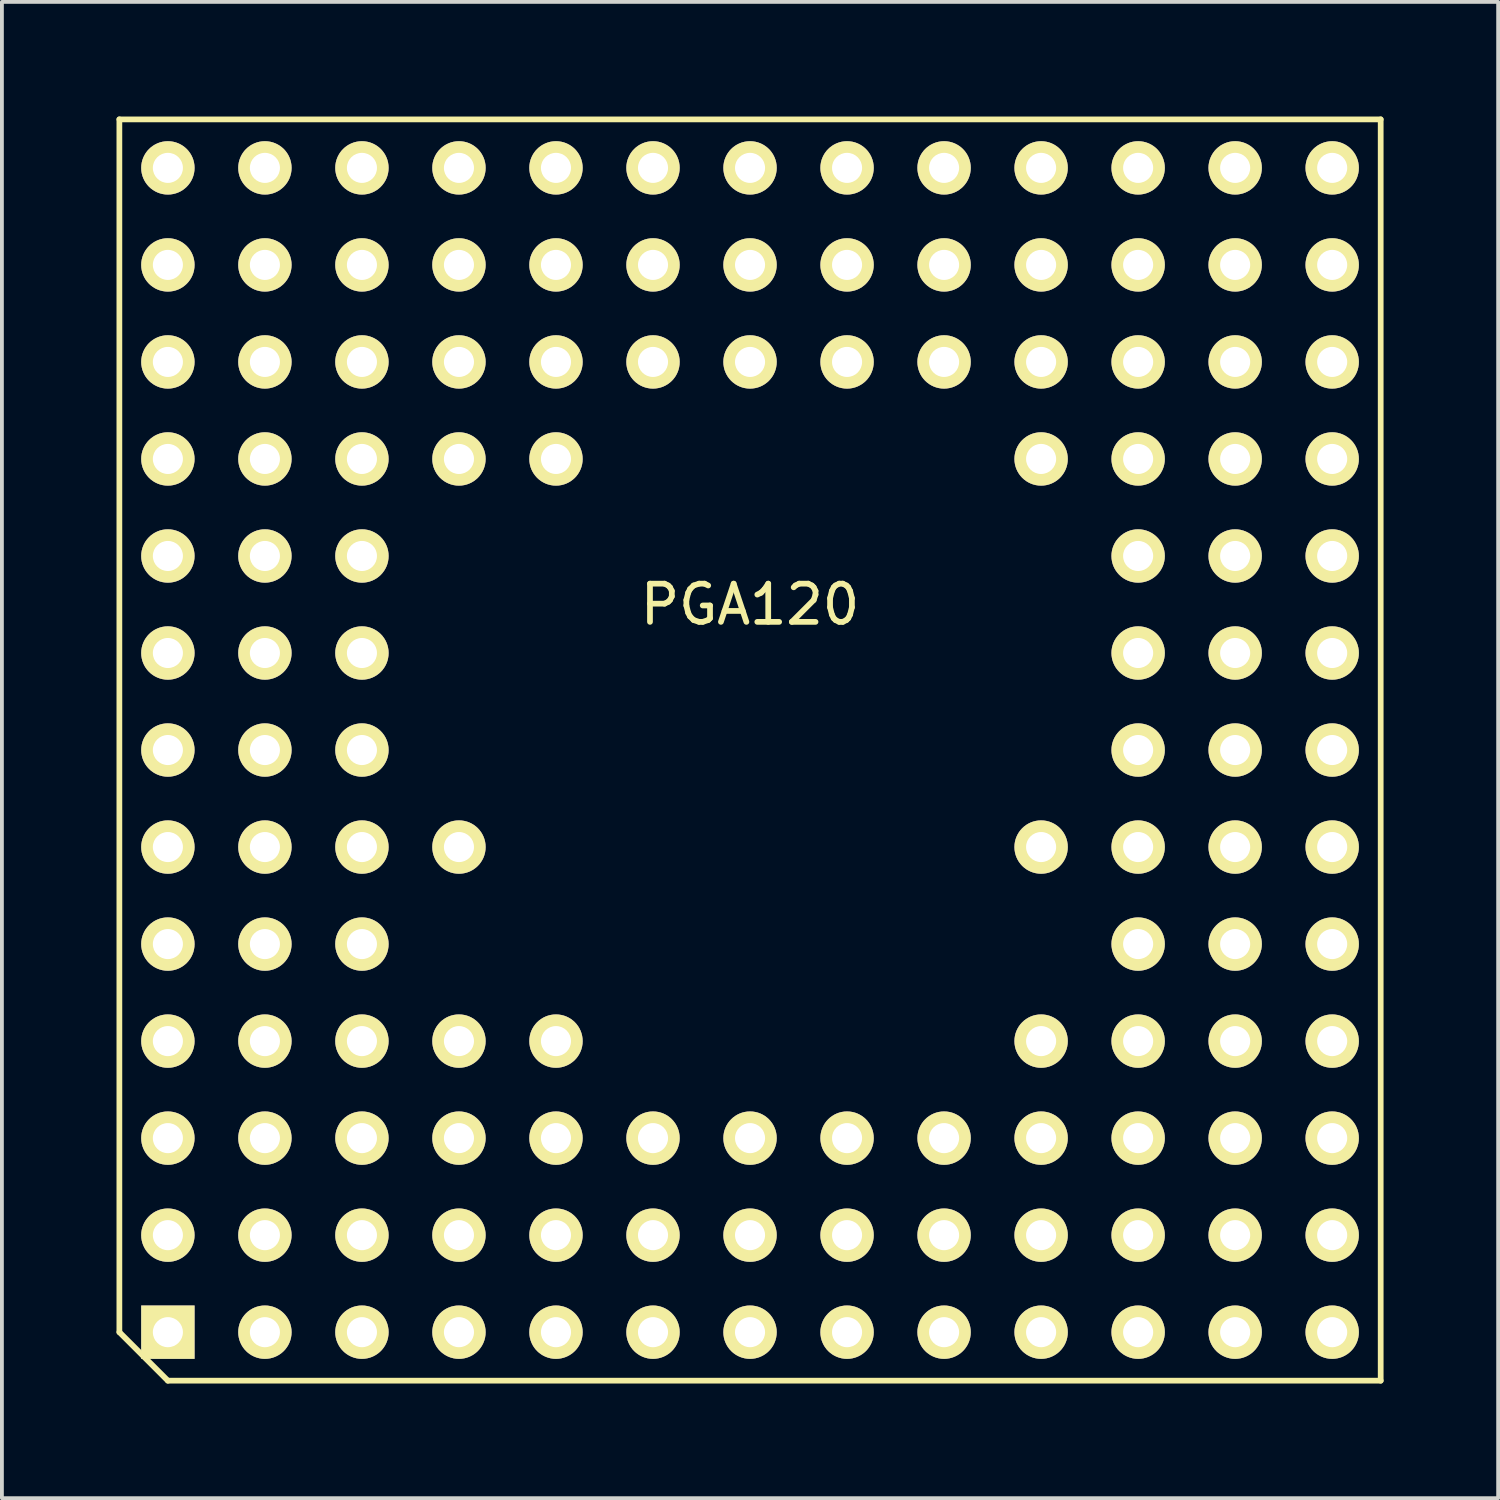
<source format=kicad_pcb>
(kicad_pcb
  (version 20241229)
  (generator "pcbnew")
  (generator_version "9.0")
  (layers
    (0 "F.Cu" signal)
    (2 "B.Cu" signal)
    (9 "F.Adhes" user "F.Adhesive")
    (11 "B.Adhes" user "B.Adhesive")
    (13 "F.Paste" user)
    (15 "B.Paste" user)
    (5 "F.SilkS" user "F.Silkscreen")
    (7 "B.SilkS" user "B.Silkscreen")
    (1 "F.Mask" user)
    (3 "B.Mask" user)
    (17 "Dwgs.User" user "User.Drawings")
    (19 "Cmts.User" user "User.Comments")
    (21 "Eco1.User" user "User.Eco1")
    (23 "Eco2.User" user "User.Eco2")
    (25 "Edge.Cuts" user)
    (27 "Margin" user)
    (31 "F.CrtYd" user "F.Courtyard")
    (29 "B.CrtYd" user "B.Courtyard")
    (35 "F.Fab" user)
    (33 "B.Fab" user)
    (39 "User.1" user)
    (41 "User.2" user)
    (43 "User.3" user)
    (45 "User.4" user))
  (footprint "PGA120"
    (layer "F.Cu")
    (at 16.585 16.585)
    (property "Reference" "PGA120" (at 0 -3.81 0) (layer "F.SilkS") (effects (font (size 1 1) (thickness 0.15))))
    (attr through_hole)
    (fp_line (start -16.51 -16.51) (end 16.51 -16.51) (stroke (width 0.15) (type solid)) (layer "F.SilkS"))
    (fp_line (start -16.51 15.24) (end -16.51 -16.51) (stroke (width 0.15) (type solid)) (layer "F.SilkS"))
    (fp_line (start -16.51 15.24) (end -15.24 16.51) (stroke (width 0.15) (type solid)) (layer "F.SilkS"))
    (fp_line (start 16.51 -16.51) (end 16.51 16.51) (stroke (width 0.15) (type solid)) (layer "F.SilkS"))
    (fp_line (start 16.51 16.51) (end -15.24 16.51) (stroke (width 0.15) (type solid)) (layer "F.SilkS"))
    (pad "A1" thru_hole rect (at -15.24 15.24 180) (size 1.397 1.397) (drill 0.787) (layers "*.Cu" "*.Mask" "F.SilkS"))
    (pad "A2" thru_hole circle (at -12.7 15.24 180) (size 1.397 1.397) (drill 0.787) (layers "*.Cu" "*.Mask" "F.SilkS"))
    (pad "A3" thru_hole circle (at -10.16 15.24 180) (size 1.397 1.397) (drill 0.787) (layers "*.Cu" "*.Mask" "F.SilkS"))
    (pad "A4" thru_hole circle (at -7.62 15.24 180) (size 1.397 1.397) (drill 0.787) (layers "*.Cu" "*.Mask" "F.SilkS"))
    (pad "A5" thru_hole circle (at -5.08 15.24 180) (size 1.397 1.397) (drill 0.787) (layers "*.Cu" "*.Mask" "F.SilkS"))
    (pad "A6" thru_hole circle (at -2.54 15.24 180) (size 1.397 1.397) (drill 0.787) (layers "*.Cu" "*.Mask" "F.SilkS"))
    (pad "A7" thru_hole circle (at 0 15.24 180) (size 1.397 1.397) (drill 0.787) (layers "*.Cu" "*.Mask" "F.SilkS"))
    (pad "A8" thru_hole circle (at 2.54 15.24 180) (size 1.397 1.397) (drill 0.787) (layers "*.Cu" "*.Mask" "F.SilkS"))
    (pad "A9" thru_hole circle (at 5.08 15.24 180) (size 1.397 1.397) (drill 0.787) (layers "*.Cu" "*.Mask" "F.SilkS"))
    (pad "A10" thru_hole circle (at 7.62 15.24 180) (size 1.397 1.397) (drill 0.787) (layers "*.Cu" "*.Mask" "F.SilkS"))
    (pad "A11" thru_hole circle (at 10.16 15.24 180) (size 1.397 1.397) (drill 0.787) (layers "*.Cu" "*.Mask" "F.SilkS"))
    (pad "A12" thru_hole circle (at 12.7 15.24 180) (size 1.397 1.397) (drill 0.787) (layers "*.Cu" "*.Mask" "F.SilkS"))
    (pad "A13" thru_hole circle (at 15.24 15.24 180) (size 1.397 1.397) (drill 0.787) (layers "*.Cu" "*.Mask" "F.SilkS"))
    (pad "B1" thru_hole circle (at -15.24 12.7 180) (size 1.397 1.397) (drill 0.787) (layers "*.Cu" "*.Mask" "F.SilkS"))
    (pad "B2" thru_hole circle (at -12.7 12.7 180) (size 1.397 1.397) (drill 0.787) (layers "*.Cu" "*.Mask" "F.SilkS"))
    (pad "B3" thru_hole circle (at -10.16 12.7 180) (size 1.397 1.397) (drill 0.787) (layers "*.Cu" "*.Mask" "F.SilkS"))
    (pad "B4" thru_hole circle (at -7.62 12.7 180) (size 1.397 1.397) (drill 0.787) (layers "*.Cu" "*.Mask" "F.SilkS"))
    (pad "B5" thru_hole circle (at -5.08 12.7 180) (size 1.397 1.397) (drill 0.787) (layers "*.Cu" "*.Mask" "F.SilkS"))
    (pad "B6" thru_hole circle (at -2.54 12.7 180) (size 1.397 1.397) (drill 0.787) (layers "*.Cu" "*.Mask" "F.SilkS"))
    (pad "B7" thru_hole circle (at 0 12.7 180) (size 1.397 1.397) (drill 0.787) (layers "*.Cu" "*.Mask" "F.SilkS"))
    (pad "B8" thru_hole circle (at 2.54 12.7 180) (size 1.397 1.397) (drill 0.787) (layers "*.Cu" "*.Mask" "F.SilkS"))
    (pad "B9" thru_hole circle (at 5.08 12.7 180) (size 1.397 1.397) (drill 0.787) (layers "*.Cu" "*.Mask" "F.SilkS"))
    (pad "B10" thru_hole circle (at 7.62 12.7 180) (size 1.397 1.397) (drill 0.787) (layers "*.Cu" "*.Mask" "F.SilkS"))
    (pad "B11" thru_hole circle (at 10.16 12.7 180) (size 1.397 1.397) (drill 0.787) (layers "*.Cu" "*.Mask" "F.SilkS"))
    (pad "B12" thru_hole circle (at 12.7 12.7 180) (size 1.397 1.397) (drill 0.787) (layers "*.Cu" "*.Mask" "F.SilkS"))
    (pad "B13" thru_hole circle (at 15.24 12.7 180) (size 1.397 1.397) (drill 0.787) (layers "*.Cu" "*.Mask" "F.SilkS"))
    (pad "C1" thru_hole circle (at -15.24 10.16 180) (size 1.397 1.397) (drill 0.787) (layers "*.Cu" "*.Mask" "F.SilkS"))
    (pad "C2" thru_hole circle (at -12.7 10.16 180) (size 1.397 1.397) (drill 0.787) (layers "*.Cu" "*.Mask" "F.SilkS"))
    (pad "C3" thru_hole circle (at -10.16 10.16 180) (size 1.397 1.397) (drill 0.787) (layers "*.Cu" "*.Mask" "F.SilkS"))
    (pad "C4" thru_hole circle (at -7.62 10.16 180) (size 1.397 1.397) (drill 0.787) (layers "*.Cu" "*.Mask" "F.SilkS"))
    (pad "C5" thru_hole circle (at -5.08 10.16 180) (size 1.397 1.397) (drill 0.787) (layers "*.Cu" "*.Mask" "F.SilkS"))
    (pad "C6" thru_hole circle (at -2.54 10.16 180) (size 1.397 1.397) (drill 0.787) (layers "*.Cu" "*.Mask" "F.SilkS"))
    (pad "C7" thru_hole circle (at 0 10.16 180) (size 1.397 1.397) (drill 0.787) (layers "*.Cu" "*.Mask" "F.SilkS"))
    (pad "C8" thru_hole circle (at 2.54 10.16 180) (size 1.397 1.397) (drill 0.787) (layers "*.Cu" "*.Mask" "F.SilkS"))
    (pad "C9" thru_hole circle (at 5.08 10.16 180) (size 1.397 1.397) (drill 0.787) (layers "*.Cu" "*.Mask" "F.SilkS"))
    (pad "C10" thru_hole circle (at 7.62 10.16 180) (size 1.397 1.397) (drill 0.787) (layers "*.Cu" "*.Mask" "F.SilkS"))
    (pad "C11" thru_hole circle (at 10.16 10.16 180) (size 1.397 1.397) (drill 0.787) (layers "*.Cu" "*.Mask" "F.SilkS"))
    (pad "C12" thru_hole circle (at 12.7 10.16 180) (size 1.397 1.397) (drill 0.787) (layers "*.Cu" "*.Mask" "F.SilkS"))
    (pad "C13" thru_hole circle (at 15.24 10.16 180) (size 1.397 1.397) (drill 0.787) (layers "*.Cu" "*.Mask" "F.SilkS"))
    (pad "D1" thru_hole circle (at -15.24 7.62 180) (size 1.397 1.397) (drill 0.787) (layers "*.Cu" "*.Mask" "F.SilkS"))
    (pad "D2" thru_hole circle (at -12.7 7.62 180) (size 1.397 1.397) (drill 0.787) (layers "*.Cu" "*.Mask" "F.SilkS"))
    (pad "D3" thru_hole circle (at -10.16 7.62 180) (size 1.397 1.397) (drill 0.787) (layers "*.Cu" "*.Mask" "F.SilkS"))
    (pad "D4" thru_hole circle (at -7.62 7.62 180) (size 1.397 1.397) (drill 0.787) (layers "*.Cu" "*.Mask" "F.SilkS"))
    (pad "D5" thru_hole circle (at -5.08 7.62 180) (size 1.397 1.397) (drill 0.787) (layers "*.Cu" "*.Mask" "F.SilkS"))
    (pad "D10" thru_hole circle (at 7.62 7.62 180) (size 1.397 1.397) (drill 0.787) (layers "*.Cu" "*.Mask" "F.SilkS"))
    (pad "D11" thru_hole circle (at 10.16 7.62 180) (size 1.397 1.397) (drill 0.787) (layers "*.Cu" "*.Mask" "F.SilkS"))
    (pad "D12" thru_hole circle (at 12.7 7.62 180) (size 1.397 1.397) (drill 0.787) (layers "*.Cu" "*.Mask" "F.SilkS"))
    (pad "D13" thru_hole circle (at 15.24 7.62 180) (size 1.397 1.397) (drill 0.787) (layers "*.Cu" "*.Mask" "F.SilkS"))
    (pad "E1" thru_hole circle (at -15.24 5.08 180) (size 1.397 1.397) (drill 0.787) (layers "*.Cu" "*.Mask" "F.SilkS"))
    (pad "E2" thru_hole circle (at -12.7 5.08 180) (size 1.397 1.397) (drill 0.787) (layers "*.Cu" "*.Mask" "F.SilkS"))
    (pad "E3" thru_hole circle (at -10.16 5.08 180) (size 1.397 1.397) (drill 0.787) (layers "*.Cu" "*.Mask" "F.SilkS"))
    (pad "E11" thru_hole circle (at 10.16 5.08 180) (size 1.397 1.397) (drill 0.787) (layers "*.Cu" "*.Mask" "F.SilkS"))
    (pad "E12" thru_hole circle (at 12.7 5.08 180) (size 1.397 1.397) (drill 0.787) (layers "*.Cu" "*.Mask" "F.SilkS"))
    (pad "E13" thru_hole circle (at 15.24 5.08 180) (size 1.397 1.397) (drill 0.787) (layers "*.Cu" "*.Mask" "F.SilkS"))
    (pad "F1" thru_hole circle (at -15.24 2.54 180) (size 1.397 1.397) (drill 0.787) (layers "*.Cu" "*.Mask" "F.SilkS"))
    (pad "F2" thru_hole circle (at -12.7 2.54 180) (size 1.397 1.397) (drill 0.787) (layers "*.Cu" "*.Mask" "F.SilkS"))
    (pad "F3" thru_hole circle (at -10.16 2.54 180) (size 1.397 1.397) (drill 0.787) (layers "*.Cu" "*.Mask" "F.SilkS"))
    (pad "F4" thru_hole circle (at -7.62 2.54 180) (size 1.397 1.397) (drill 0.787) (layers "*.Cu" "*.Mask" "F.SilkS"))
    (pad "F10" thru_hole circle (at 7.62 2.54 180) (size 1.397 1.397) (drill 0.787) (layers "*.Cu" "*.Mask" "F.SilkS"))
    (pad "F11" thru_hole circle (at 10.16 2.54 180) (size 1.397 1.397) (drill 0.787) (layers "*.Cu" "*.Mask" "F.SilkS"))
    (pad "F12" thru_hole circle (at 12.7 2.54 180) (size 1.397 1.397) (drill 0.787) (layers "*.Cu" "*.Mask" "F.SilkS"))
    (pad "F13" thru_hole circle (at 15.24 2.54 180) (size 1.397 1.397) (drill 0.787) (layers "*.Cu" "*.Mask" "F.SilkS"))
    (pad "G1" thru_hole circle (at -15.24 0 180) (size 1.397 1.397) (drill 0.787) (layers "*.Cu" "*.Mask" "F.SilkS"))
    (pad "G2" thru_hole circle (at -12.7 0 180) (size 1.397 1.397) (drill 0.787) (layers "*.Cu" "*.Mask" "F.SilkS"))
    (pad "G3" thru_hole circle (at -10.16 0 180) (size 1.397 1.397) (drill 0.787) (layers "*.Cu" "*.Mask" "F.SilkS"))
    (pad "G11" thru_hole circle (at 10.16 0 180) (size 1.397 1.397) (drill 0.787) (layers "*.Cu" "*.Mask" "F.SilkS"))
    (pad "G12" thru_hole circle (at 12.7 0 180) (size 1.397 1.397) (drill 0.787) (layers "*.Cu" "*.Mask" "F.SilkS"))
    (pad "G13" thru_hole circle (at 15.24 0 180) (size 1.397 1.397) (drill 0.787) (layers "*.Cu" "*.Mask" "F.SilkS"))
    (pad "H1" thru_hole circle (at -15.24 -2.54 180) (size 1.397 1.397) (drill 0.787) (layers "*.Cu" "*.Mask" "F.SilkS"))
    (pad "H2" thru_hole circle (at -12.7 -2.54 180) (size 1.397 1.397) (drill 0.787) (layers "*.Cu" "*.Mask" "F.SilkS"))
    (pad "H3" thru_hole circle (at -10.16 -2.54 180) (size 1.397 1.397) (drill 0.787) (layers "*.Cu" "*.Mask" "F.SilkS"))
    (pad "H11" thru_hole circle (at 10.16 -2.54 180) (size 1.397 1.397) (drill 0.787) (layers "*.Cu" "*.Mask" "F.SilkS"))
    (pad "H12" thru_hole circle (at 12.7 -2.54 180) (size 1.397 1.397) (drill 0.787) (layers "*.Cu" "*.Mask" "F.SilkS"))
    (pad "H13" thru_hole circle (at 15.24 -2.54 180) (size 1.397 1.397) (drill 0.787) (layers "*.Cu" "*.Mask" "F.SilkS"))
    (pad "J1" thru_hole circle (at -15.24 -5.08 180) (size 1.397 1.397) (drill 0.787) (layers "*.Cu" "*.Mask" "F.SilkS"))
    (pad "J2" thru_hole circle (at -12.7 -5.08 180) (size 1.397 1.397) (drill 0.787) (layers "*.Cu" "*.Mask" "F.SilkS"))
    (pad "J3" thru_hole circle (at -10.16 -5.08 180) (size 1.397 1.397) (drill 0.787) (layers "*.Cu" "*.Mask" "F.SilkS"))
    (pad "J11" thru_hole circle (at 10.16 -5.08 180) (size 1.397 1.397) (drill 0.787) (layers "*.Cu" "*.Mask" "F.SilkS"))
    (pad "J12" thru_hole circle (at 12.7 -5.08 180) (size 1.397 1.397) (drill 0.787) (layers "*.Cu" "*.Mask" "F.SilkS"))
    (pad "J13" thru_hole circle (at 15.24 -5.08 180) (size 1.397 1.397) (drill 0.787) (layers "*.Cu" "*.Mask" "F.SilkS"))
    (pad "K1" thru_hole circle (at -15.24 -7.62 180) (size 1.397 1.397) (drill 0.787) (layers "*.Cu" "*.Mask" "F.SilkS"))
    (pad "K2" thru_hole circle (at -12.7 -7.62 180) (size 1.397 1.397) (drill 0.787) (layers "*.Cu" "*.Mask" "F.SilkS"))
    (pad "K3" thru_hole circle (at -10.16 -7.62 180) (size 1.397 1.397) (drill 0.787) (layers "*.Cu" "*.Mask" "F.SilkS"))
    (pad "K4" thru_hole circle (at -7.62 -7.62 180) (size 1.397 1.397) (drill 0.787) (layers "*.Cu" "*.Mask" "F.SilkS"))
    (pad "K5" thru_hole circle (at -5.08 -7.62 180) (size 1.397 1.397) (drill 0.787) (layers "*.Cu" "*.Mask" "F.SilkS"))
    (pad "K10" thru_hole circle (at 7.62 -7.62 180) (size 1.397 1.397) (drill 0.787) (layers "*.Cu" "*.Mask" "F.SilkS"))
    (pad "K11" thru_hole circle (at 10.16 -7.62 180) (size 1.397 1.397) (drill 0.787) (layers "*.Cu" "*.Mask" "F.SilkS"))
    (pad "K12" thru_hole circle (at 12.7 -7.62 180) (size 1.397 1.397) (drill 0.787) (layers "*.Cu" "*.Mask" "F.SilkS"))
    (pad "K13" thru_hole circle (at 15.24 -7.62 180) (size 1.397 1.397) (drill 0.787) (layers "*.Cu" "*.Mask" "F.SilkS"))
    (pad "L1" thru_hole circle (at -15.24 -10.16 180) (size 1.397 1.397) (drill 0.787) (layers "*.Cu" "*.Mask" "F.SilkS"))
    (pad "L2" thru_hole circle (at -12.7 -10.16 180) (size 1.397 1.397) (drill 0.787) (layers "*.Cu" "*.Mask" "F.SilkS"))
    (pad "L3" thru_hole circle (at -10.16 -10.16 180) (size 1.397 1.397) (drill 0.787) (layers "*.Cu" "*.Mask" "F.SilkS"))
    (pad "L4" thru_hole circle (at -7.62 -10.16 180) (size 1.397 1.397) (drill 0.787) (layers "*.Cu" "*.Mask" "F.SilkS"))
    (pad "L5" thru_hole circle (at -5.08 -10.16 180) (size 1.397 1.397) (drill 0.787) (layers "*.Cu" "*.Mask" "F.SilkS"))
    (pad "L6" thru_hole circle (at -2.54 -10.16 180) (size 1.397 1.397) (drill 0.787) (layers "*.Cu" "*.Mask" "F.SilkS"))
    (pad "L7" thru_hole circle (at 0 -10.16 180) (size 1.397 1.397) (drill 0.787) (layers "*.Cu" "*.Mask" "F.SilkS"))
    (pad "L8" thru_hole circle (at 2.54 -10.16 180) (size 1.397 1.397) (drill 0.787) (layers "*.Cu" "*.Mask" "F.SilkS"))
    (pad "L9" thru_hole circle (at 5.08 -10.16 180) (size 1.397 1.397) (drill 0.787) (layers "*.Cu" "*.Mask" "F.SilkS"))
    (pad "L10" thru_hole circle (at 7.62 -10.16 180) (size 1.397 1.397) (drill 0.787) (layers "*.Cu" "*.Mask" "F.SilkS"))
    (pad "L11" thru_hole circle (at 10.16 -10.16 180) (size 1.397 1.397) (drill 0.787) (layers "*.Cu" "*.Mask" "F.SilkS"))
    (pad "L12" thru_hole circle (at 12.7 -10.16 180) (size 1.397 1.397) (drill 0.787) (layers "*.Cu" "*.Mask" "F.SilkS"))
    (pad "L13" thru_hole circle (at 15.24 -10.16 180) (size 1.397 1.397) (drill 0.787) (layers "*.Cu" "*.Mask" "F.SilkS"))
    (pad "M1" thru_hole circle (at -15.24 -12.7 180) (size 1.397 1.397) (drill 0.787) (layers "*.Cu" "*.Mask" "F.SilkS"))
    (pad "M2" thru_hole circle (at -12.7 -12.7 180) (size 1.397 1.397) (drill 0.787) (layers "*.Cu" "*.Mask" "F.SilkS"))
    (pad "M3" thru_hole circle (at -10.16 -12.7 180) (size 1.397 1.397) (drill 0.787) (layers "*.Cu" "*.Mask" "F.SilkS"))
    (pad "M4" thru_hole circle (at -7.62 -12.7 180) (size 1.397 1.397) (drill 0.787) (layers "*.Cu" "*.Mask" "F.SilkS"))
    (pad "M5" thru_hole circle (at -5.08 -12.7 180) (size 1.397 1.397) (drill 0.787) (layers "*.Cu" "*.Mask" "F.SilkS"))
    (pad "M6" thru_hole circle (at -2.54 -12.7 180) (size 1.397 1.397) (drill 0.787) (layers "*.Cu" "*.Mask" "F.SilkS"))
    (pad "M7" thru_hole circle (at 0 -12.7 180) (size 1.397 1.397) (drill 0.787) (layers "*.Cu" "*.Mask" "F.SilkS"))
    (pad "M8" thru_hole circle (at 2.54 -12.7 180) (size 1.397 1.397) (drill 0.787) (layers "*.Cu" "*.Mask" "F.SilkS"))
    (pad "M9" thru_hole circle (at 5.08 -12.7 180) (size 1.397 1.397) (drill 0.787) (layers "*.Cu" "*.Mask" "F.SilkS"))
    (pad "M10" thru_hole circle (at 7.62 -12.7 180) (size 1.397 1.397) (drill 0.787) (layers "*.Cu" "*.Mask" "F.SilkS"))
    (pad "M11" thru_hole circle (at 10.16 -12.7 180) (size 1.397 1.397) (drill 0.787) (layers "*.Cu" "*.Mask" "F.SilkS"))
    (pad "M12" thru_hole circle (at 12.7 -12.7 180) (size 1.397 1.397) (drill 0.787) (layers "*.Cu" "*.Mask" "F.SilkS"))
    (pad "M13" thru_hole circle (at 15.24 -12.7 180) (size 1.397 1.397) (drill 0.787) (layers "*.Cu" "*.Mask" "F.SilkS"))
    (pad "N1" thru_hole circle (at -15.24 -15.24 180) (size 1.397 1.397) (drill 0.787) (layers "*.Cu" "*.Mask" "F.SilkS"))
    (pad "N2" thru_hole circle (at -12.7 -15.24 180) (size 1.397 1.397) (drill 0.787) (layers "*.Cu" "*.Mask" "F.SilkS"))
    (pad "N3" thru_hole circle (at -10.16 -15.24 180) (size 1.397 1.397) (drill 0.787) (layers "*.Cu" "*.Mask" "F.SilkS"))
    (pad "N4" thru_hole circle (at -7.62 -15.24 180) (size 1.397 1.397) (drill 0.787) (layers "*.Cu" "*.Mask" "F.SilkS"))
    (pad "N5" thru_hole circle (at -5.08 -15.24 180) (size 1.397 1.397) (drill 0.787) (layers "*.Cu" "*.Mask" "F.SilkS"))
    (pad "N6" thru_hole circle (at -2.54 -15.24 180) (size 1.397 1.397) (drill 0.787) (layers "*.Cu" "*.Mask" "F.SilkS"))
    (pad "N7" thru_hole circle (at 0 -15.24 180) (size 1.397 1.397) (drill 0.787) (layers "*.Cu" "*.Mask" "F.SilkS"))
    (pad "N8" thru_hole circle (at 2.54 -15.24 180) (size 1.397 1.397) (drill 0.787) (layers "*.Cu" "*.Mask" "F.SilkS"))
    (pad "N9" thru_hole circle (at 5.08 -15.24 180) (size 1.397 1.397) (drill 0.787) (layers "*.Cu" "*.Mask" "F.SilkS"))
    (pad "N10" thru_hole circle (at 7.62 -15.24 180) (size 1.397 1.397) (drill 0.787) (layers "*.Cu" "*.Mask" "F.SilkS"))
    (pad "N11" thru_hole circle (at 10.16 -15.24 180) (size 1.397 1.397) (drill 0.787) (layers "*.Cu" "*.Mask" "F.SilkS"))
    (pad "N12" thru_hole circle (at 12.7 -15.24 180) (size 1.397 1.397) (drill 0.787) (layers "*.Cu" "*.Mask" "F.SilkS"))
    (pad "N13" thru_hole circle (at 15.24 -15.24 180) (size 1.397 1.397) (drill 0.787) (layers "*.Cu" "*.Mask" "F.SilkS")))
  (gr_rect
    (start -3 -3)
    (end 36.17 36.17)
    (stroke (width 0.1) (type default))
    (fill no)
    (layer "Edge.Cuts")))
</source>
